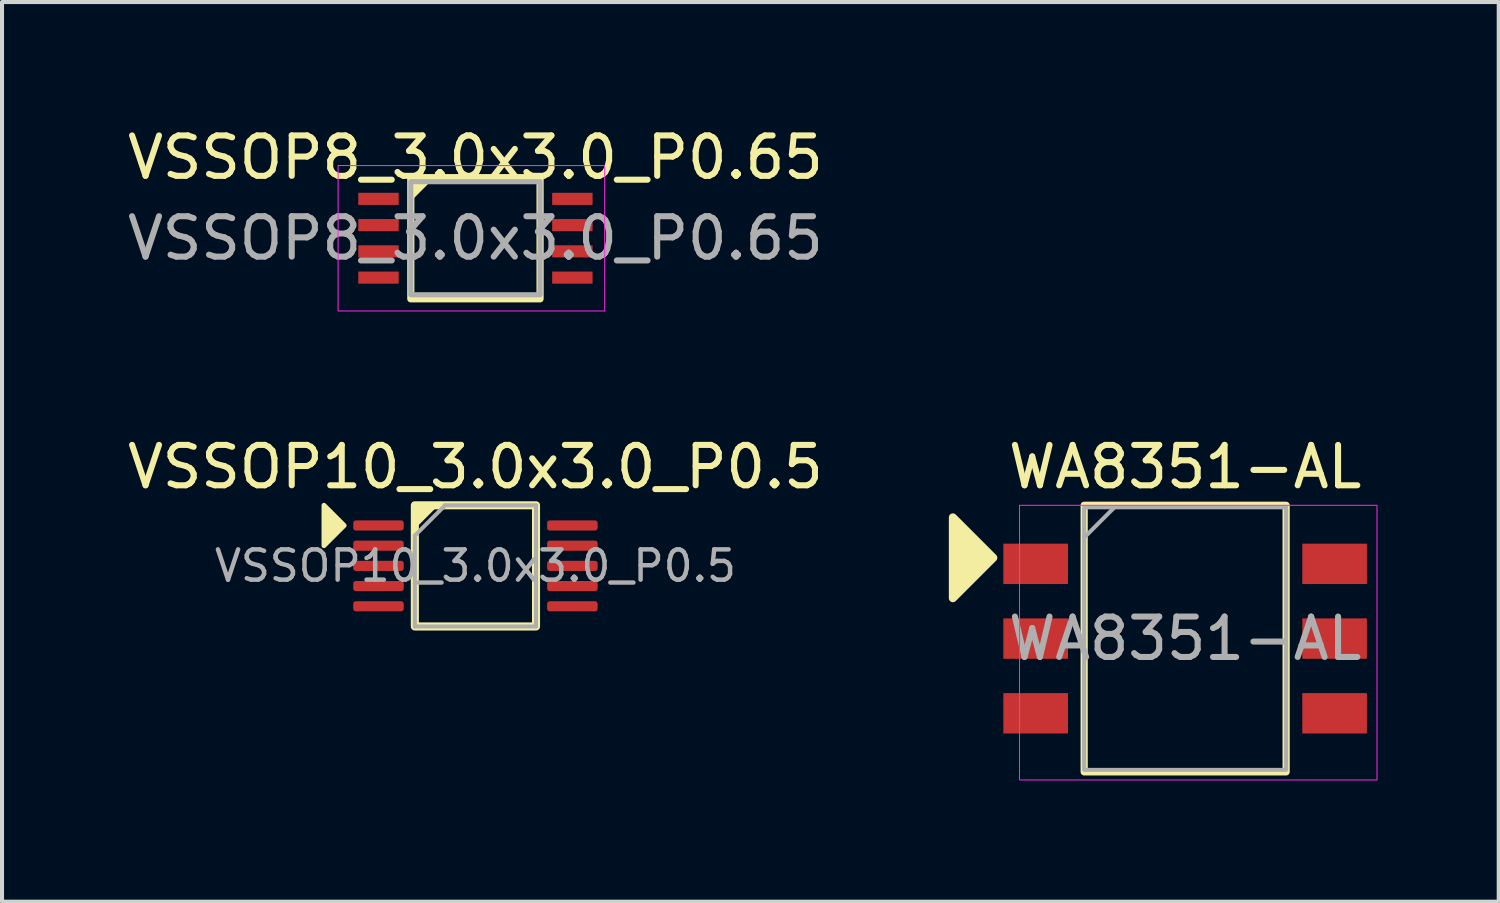
<source format=kicad_pcb>
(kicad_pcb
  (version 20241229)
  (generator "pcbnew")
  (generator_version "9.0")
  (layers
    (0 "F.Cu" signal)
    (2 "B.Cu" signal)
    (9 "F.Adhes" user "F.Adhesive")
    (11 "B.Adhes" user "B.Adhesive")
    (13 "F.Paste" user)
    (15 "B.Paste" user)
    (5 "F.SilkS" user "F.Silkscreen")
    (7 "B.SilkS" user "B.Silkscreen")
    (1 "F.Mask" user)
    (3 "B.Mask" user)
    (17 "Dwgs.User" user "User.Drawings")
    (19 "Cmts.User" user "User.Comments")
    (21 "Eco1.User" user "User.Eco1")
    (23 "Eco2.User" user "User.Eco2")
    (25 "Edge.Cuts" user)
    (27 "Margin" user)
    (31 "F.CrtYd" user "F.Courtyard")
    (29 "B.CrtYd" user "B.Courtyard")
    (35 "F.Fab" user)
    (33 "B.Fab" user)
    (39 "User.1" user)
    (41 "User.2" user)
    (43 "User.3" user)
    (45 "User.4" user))
  (footprint "WA8351-AL"
    (layer "F.Cu")
    (at 26.29 12.759)
    (property "Reference" "WA8351-AL" (at 0 -4.25 0) (unlocked yes) (layer "F.SilkS") (effects (font (size 1 1) (thickness 0.15))))
    (attr smd)
    (fp_rect (start -2.5 -3.3) (end 2.5 3.3) (stroke (width 0.178) (type solid)) (fill no) (layer "F.SilkS"))
    (fp_poly (pts (xy -4.75 -2) (xy -5.75 -1) (xy -5.75 -3)) (stroke (width 0.2) (type solid)) (fill yes) (layer "F.SilkS"))
    (fp_rect (start -4.1 -3.3) (end 4.75 3.5) (stroke (width 0.025) (type solid)) (fill no) (layer "F.CrtYd"))
    (fp_line (start -2.5 -2.5) (end -1.75 -3.25) (stroke (width 0.1) (type solid)) (layer "F.Fab"))
    (fp_rect (start -2.5 -3.25) (end 2.5 3.25) (stroke (width 0.1) (type solid)) (fill no) (layer "F.Fab"))
    (fp_text user "${REFERENCE}" (at 0 0 0) (unlocked yes) (layer "F.Fab") (effects (font (size 1 1) (thickness 0.15))))
    (pad "1" smd rect (at -3.7 -1.85) (size 1.6 1) (layers "F.Cu" "F.Mask" "F.Paste"))
    (pad "2" smd rect (at -3.7 0) (size 1.6 1) (layers "F.Cu" "F.Mask" "F.Paste"))
    (pad "3" smd rect (at -3.7 1.85) (size 1.6 1) (layers "F.Cu" "F.Mask" "F.Paste"))
    (pad "4" smd rect (at 3.7 1.85) (size 1.6 1) (layers "F.Cu" "F.Mask" "F.Paste"))
    (pad "5" smd rect (at 3.7 0) (size 1.6 1) (layers "F.Cu" "F.Mask" "F.Paste"))
    (pad "6" smd rect (at 3.7 -1.85) (size 1.6 1) (layers "F.Cu" "F.Mask" "F.Paste")))
  (footprint "VSSOP8_3.0x3.0_P0.65"
    (layer "F.Cu")
    (at 8.72 2.848)
    (property "Reference" "VSSOP8_3.0x3.0_P0.65" (at 0 -2 0) (unlocked yes) (layer "F.SilkS") (effects (font (size 1 1) (thickness 0.15))))
    (attr smd)
    (fp_rect (start -1.6 -1.5) (end 1.6 1.5) (stroke (width 0.178) (type solid)) (fill no) (layer "F.SilkS"))
    (fp_poly (pts (xy -1.6 -1) (xy -1.6 -1.5) (xy -1.1 -1.5)) (stroke (width 0.12) (type solid)) (fill yes) (layer "F.SilkS"))
    (fp_rect (start -3.4 -1.8) (end 3.2 1.8) (stroke (width 0.025) (type solid)) (fill no) (layer "F.CrtYd"))
    (fp_rect (start -1.6 -1.4) (end 1.6 1.4) (stroke (width 0.127) (type solid)) (fill no) (layer "F.Fab"))
    (fp_text user "${REFERENCE}" (at 0 0 0) (unlocked yes) (layer "F.Fab") (effects (font (size 1 1) (thickness 0.15))))
    (pad "1" smd rect (at -2.4 -0.975) (size 1 0.3) (layers "F.Cu" "F.Mask" "F.Paste"))
    (pad "2" smd rect (at -2.4 -0.325) (size 1 0.3) (layers "F.Cu" "F.Mask" "F.Paste"))
    (pad "3" smd rect (at -2.4 0.325) (size 1 0.3) (layers "F.Cu" "F.Mask" "F.Paste"))
    (pad "4" smd rect (at -2.4 0.975) (size 1 0.3) (layers "F.Cu" "F.Mask" "F.Paste"))
    (pad "5" smd rect (at 2.4 0.975) (size 1 0.3) (layers "F.Cu" "F.Mask" "F.Paste"))
    (pad "6" smd rect (at 2.4 0.325) (size 1 0.3) (layers "F.Cu" "F.Mask" "F.Paste"))
    (pad "7" smd rect (at 2.4 -0.325) (size 1 0.3) (layers "F.Cu" "F.Mask" "F.Paste"))
    (pad "8" smd rect (at 2.4 -0.975) (size 1 0.3) (layers "F.Cu" "F.Mask" "F.Paste")))
  (footprint "VSSOP10_3.0x3.0_P0.5"
    (layer "F.Cu")
    (at 8.72 10.959)
    (property "Reference" "VSSOP10_3.0x3.0_P0.5" (at 0 -2.45 0) (layer "F.SilkS") (effects (font (size 1 1) (thickness 0.15))))
    (attr smd)
    (fp_rect (start -1.5 1.5) (end 1.5 -1.5) (stroke (width 0.2) (type solid)) (fill no) (layer "F.SilkS"))
    (fp_poly (pts (xy -3.25 -1) (xy -3.75 -0.5) (xy -3.75 -1.5)) (stroke (width 0.12) (type solid)) (fill yes) (layer "F.SilkS"))
    (fp_poly (pts (xy -1.5 -1) (xy -1.5 -1.5) (xy -1 -1.5)) (stroke (width 0.12) (type solid)) (fill yes) (layer "F.SilkS"))
    (fp_rect (start -3.302 1.778) (end 3.302 -1.778) (stroke (width 0.025) (type solid)) (fill no) (layer "Margin"))
    (fp_line (start -1.5 -0.75) (end -0.75 -1.5) (stroke (width 0.1) (type solid)) (layer "F.Fab"))
    (fp_line (start -1.5 1.5) (end -1.5 -0.75) (stroke (width 0.1) (type solid)) (layer "F.Fab"))
    (fp_line (start -0.75 -1.5) (end 1.5 -1.5) (stroke (width 0.1) (type solid)) (layer "F.Fab"))
    (fp_line (start 1.5 -1.5) (end 1.5 1.5) (stroke (width 0.1) (type solid)) (layer "F.Fab"))
    (fp_line (start 1.5 1.5) (end -1.5 1.5) (stroke (width 0.1) (type solid)) (layer "F.Fab"))
    (fp_text user "${REFERENCE}" (at 0 0 0) (layer "F.Fab") (effects (font (size 0.75 0.75) (thickness 0.11))))
    (pad "1" smd roundrect (at -2.4 -1) (size 1.25 0.25) (layers "F.Cu" "F.Mask" "F.Paste") (roundrect_rratio 0.25))
    (pad "2" smd roundrect (at -2.4 -0.5) (size 1.25 0.25) (layers "F.Cu" "F.Mask" "F.Paste") (roundrect_rratio 0.25))
    (pad "3" smd roundrect (at -2.4 0) (size 1.25 0.25) (layers "F.Cu" "F.Mask" "F.Paste") (roundrect_rratio 0.25))
    (pad "4" smd roundrect (at -2.4 0.5) (size 1.25 0.25) (layers "F.Cu" "F.Mask" "F.Paste") (roundrect_rratio 0.25))
    (pad "5" smd roundrect (at -2.4 1) (size 1.25 0.25) (layers "F.Cu" "F.Mask" "F.Paste") (roundrect_rratio 0.25))
    (pad "6" smd roundrect (at 2.4 1) (size 1.25 0.25) (layers "F.Cu" "F.Mask" "F.Paste") (roundrect_rratio 0.25))
    (pad "7" smd roundrect (at 2.4 0.5) (size 1.25 0.25) (layers "F.Cu" "F.Mask" "F.Paste") (roundrect_rratio 0.25))
    (pad "8" smd roundrect (at 2.4 0) (size 1.25 0.25) (layers "F.Cu" "F.Mask" "F.Paste") (roundrect_rratio 0.25))
    (pad "9" smd roundrect (at 2.4 -0.5) (size 1.25 0.25) (layers "F.Cu" "F.Mask" "F.Paste") (roundrect_rratio 0.25))
    (pad "10" smd roundrect (at 2.4 -1) (size 1.25 0.25) (layers "F.Cu" "F.Mask" "F.Paste") (roundrect_rratio 0.25)))
  (gr_rect
    (start -3 -3)
    (end 34.053 19.272)
    (stroke (width 0.1) (type default))
    (fill no)
    (layer "Edge.Cuts")))
</source>
